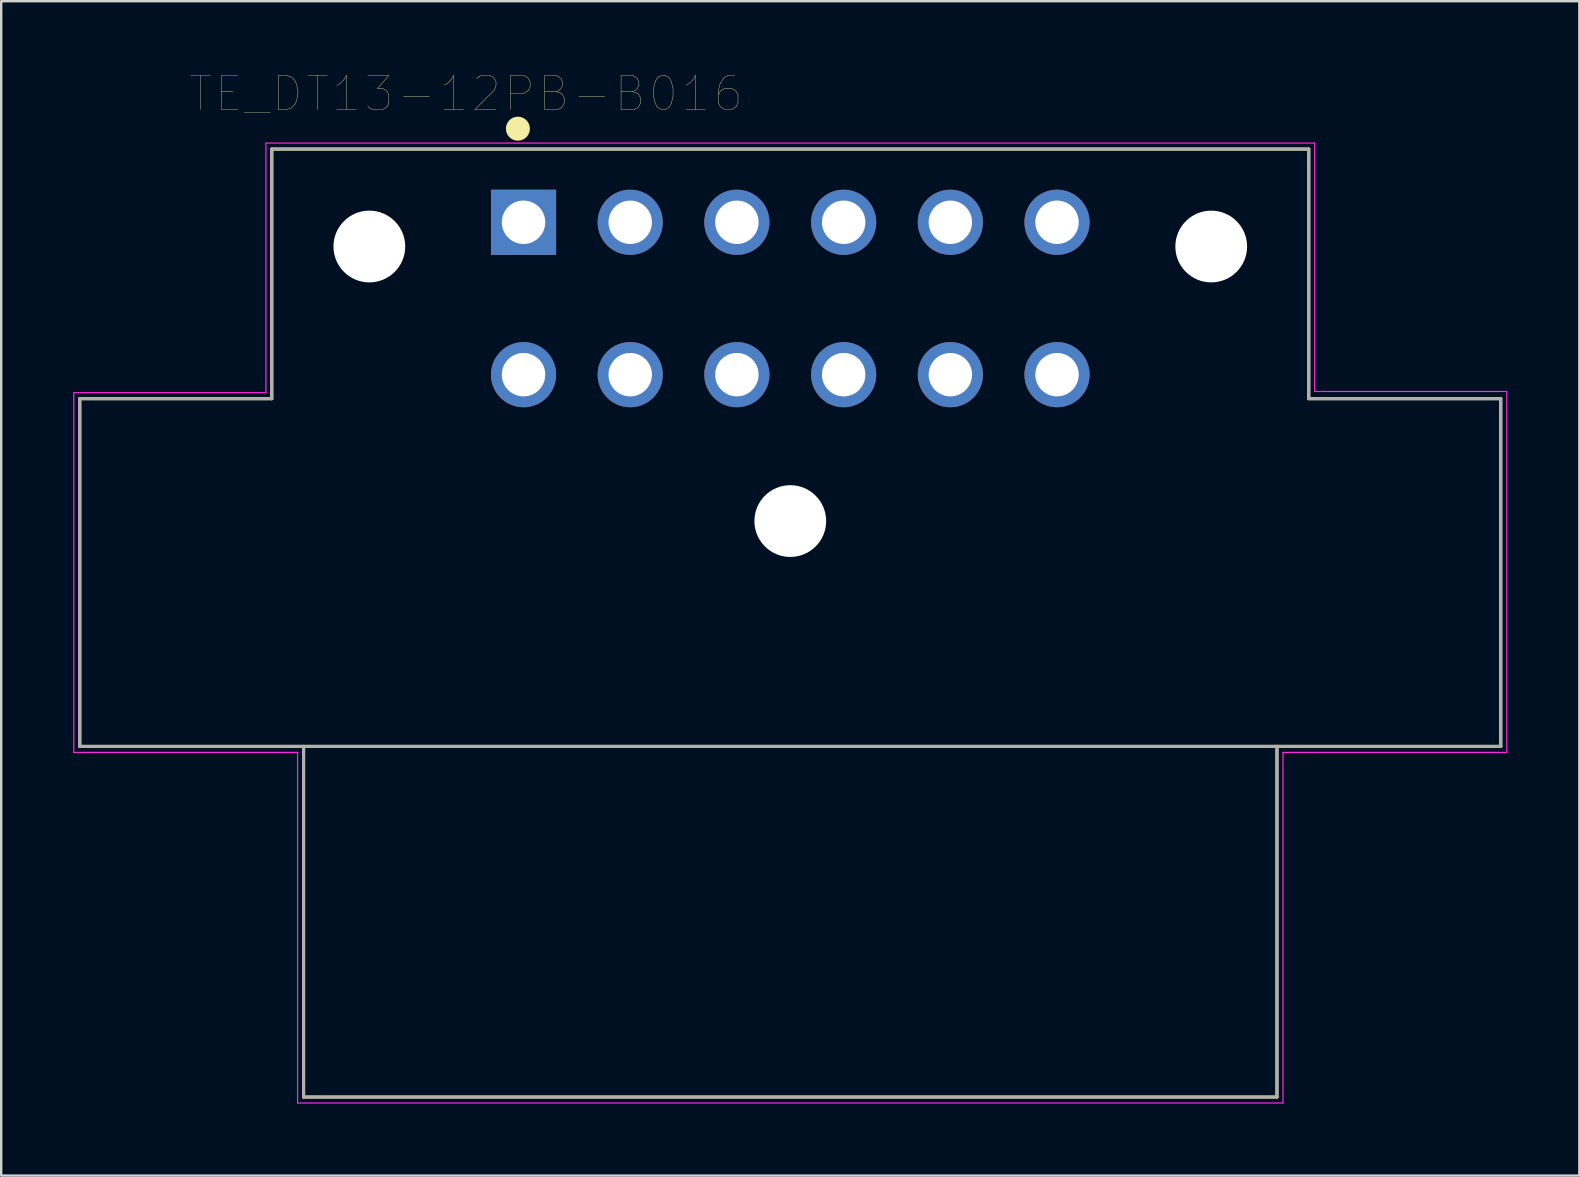
<source format=kicad_pcb>
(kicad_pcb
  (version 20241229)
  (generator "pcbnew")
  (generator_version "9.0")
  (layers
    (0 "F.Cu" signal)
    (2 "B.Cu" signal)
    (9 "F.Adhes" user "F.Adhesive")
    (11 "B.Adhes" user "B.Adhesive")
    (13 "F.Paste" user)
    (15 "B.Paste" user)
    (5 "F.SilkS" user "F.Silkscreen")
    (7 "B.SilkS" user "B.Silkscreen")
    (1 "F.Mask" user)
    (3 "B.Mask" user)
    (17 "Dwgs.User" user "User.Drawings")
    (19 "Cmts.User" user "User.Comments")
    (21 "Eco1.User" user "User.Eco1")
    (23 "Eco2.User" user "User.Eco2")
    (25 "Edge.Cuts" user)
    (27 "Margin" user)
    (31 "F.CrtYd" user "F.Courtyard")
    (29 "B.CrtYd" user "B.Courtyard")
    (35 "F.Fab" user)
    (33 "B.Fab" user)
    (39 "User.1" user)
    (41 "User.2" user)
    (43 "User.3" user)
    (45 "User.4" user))
  (footprint "TE_DT13-12PB-B016"
    (layer "F.Cu")
    (at 29.88 12.562)
    (property "Reference" "TE_DT13-12PB-B016" (at -13.513 -11.705 0) (layer "F.SilkS") (effects (font (size 1.421 1.421) (thickness 0.015))))
    (attr through_hole)
    (fp_line (start -29.605 1) (end -21.605 1) (stroke (width 0.127) (type solid)) (layer "F.SilkS"))
    (fp_line (start -29.605 15.49) (end -29.605 1) (stroke (width 0.127) (type solid)) (layer "F.SilkS"))
    (fp_line (start -21.605 -9.4) (end 21.605 -9.4) (stroke (width 0.127) (type solid)) (layer "F.SilkS"))
    (fp_line (start -21.605 1) (end -21.605 -9.4) (stroke (width 0.127) (type solid)) (layer "F.SilkS"))
    (fp_line (start -20.28 15.49) (end -29.605 15.49) (stroke (width 0.127) (type solid)) (layer "F.SilkS"))
    (fp_line (start -20.28 15.49) (end -20.28 30.1) (stroke (width 0.127) (type solid)) (layer "F.SilkS"))
    (fp_line (start -20.28 30.1) (end 20.28 30.1) (stroke (width 0.127) (type solid)) (layer "F.SilkS"))
    (fp_line (start 20.28 15.49) (end -20.28 15.49) (stroke (width 0.127) (type solid)) (layer "F.SilkS"))
    (fp_line (start 20.28 30.1) (end 20.28 15.49) (stroke (width 0.127) (type solid)) (layer "F.SilkS"))
    (fp_line (start 21.605 -9.4) (end 21.605 1) (stroke (width 0.127) (type solid)) (layer "F.SilkS"))
    (fp_line (start 21.605 1) (end 29.605 1) (stroke (width 0.127) (type solid)) (layer "F.SilkS"))
    (fp_line (start 29.605 1) (end 29.605 15.49) (stroke (width 0.127) (type solid)) (layer "F.SilkS"))
    (fp_line (start 29.605 15.49) (end 20.28 15.49) (stroke (width 0.127) (type solid)) (layer "F.SilkS"))
    (fp_circle (center -11.35 -10.25) (end -11.1 -10.25) (stroke (width 0.5) (type solid)) (fill no) (layer "F.SilkS"))
    (fp_line (start -29.855 0.75) (end -29.855 15.74) (stroke (width 0.05) (type solid)) (layer "F.CrtYd"))
    (fp_line (start -29.855 15.74) (end -20.53 15.74) (stroke (width 0.05) (type solid)) (layer "F.CrtYd"))
    (fp_line (start -21.85 -9.65) (end -21.85 0.75) (stroke (width 0.05) (type solid)) (layer "F.CrtYd"))
    (fp_line (start -21.85 0.75) (end -29.855 0.75) (stroke (width 0.05) (type solid)) (layer "F.CrtYd"))
    (fp_line (start -20.53 15.74) (end -20.53 30.35) (stroke (width 0.05) (type solid)) (layer "F.CrtYd"))
    (fp_line (start -20.53 30.35) (end 20.53 30.35) (stroke (width 0.05) (type solid)) (layer "F.CrtYd"))
    (fp_line (start 20.53 15.74) (end 29.855 15.74) (stroke (width 0.05) (type solid)) (layer "F.CrtYd"))
    (fp_line (start 20.53 30.35) (end 20.53 15.74) (stroke (width 0.05) (type solid)) (layer "F.CrtYd"))
    (fp_line (start 21.85 -9.65) (end -21.85 -9.65) (stroke (width 0.05) (type solid)) (layer "F.CrtYd"))
    (fp_line (start 21.85 0.7) (end 21.85 -9.65) (stroke (width 0.05) (type solid)) (layer "F.CrtYd"))
    (fp_line (start 29.855 0.7) (end 21.85 0.7) (stroke (width 0.05) (type solid)) (layer "F.CrtYd"))
    (fp_line (start 29.855 15.74) (end 29.855 0.7) (stroke (width 0.05) (type solid)) (layer "F.CrtYd"))
    (fp_line (start -29.605 1) (end -21.605 1) (stroke (width 0.127) (type solid)) (layer "F.Fab"))
    (fp_line (start -29.605 15.49) (end -29.605 1) (stroke (width 0.127) (type solid)) (layer "F.Fab"))
    (fp_line (start -21.605 -9.4) (end 21.605 -9.4) (stroke (width 0.127) (type solid)) (layer "F.Fab"))
    (fp_line (start -21.605 1) (end -21.605 -9.4) (stroke (width 0.127) (type solid)) (layer "F.Fab"))
    (fp_line (start -20.28 15.49) (end -29.605 15.49) (stroke (width 0.127) (type solid)) (layer "F.Fab"))
    (fp_line (start -20.28 15.49) (end -20.28 30.1) (stroke (width 0.127) (type solid)) (layer "F.Fab"))
    (fp_line (start -20.28 30.1) (end 20.28 30.1) (stroke (width 0.127) (type solid)) (layer "F.Fab"))
    (fp_line (start 20.28 15.49) (end -20.28 15.49) (stroke (width 0.127) (type solid)) (layer "F.Fab"))
    (fp_line (start 20.28 30.1) (end 20.28 15.49) (stroke (width 0.127) (type solid)) (layer "F.Fab"))
    (fp_line (start 21.605 -9.4) (end 21.605 1) (stroke (width 0.127) (type solid)) (layer "F.Fab"))
    (fp_line (start 21.605 1) (end 29.605 1) (stroke (width 0.127) (type solid)) (layer "F.Fab"))
    (fp_line (start 29.605 1) (end 29.605 15.49) (stroke (width 0.127) (type solid)) (layer "F.Fab"))
    (fp_line (start 29.605 15.49) (end 20.28 15.49) (stroke (width 0.127) (type solid)) (layer "F.Fab"))
    (pad "" np_thru_hole circle (at -17.54 -5.34) (size 2.99 2.99) (drill 2.99) (layers "*.Cu" "*.Mask"))
    (pad "" np_thru_hole circle (at 0 6.1) (size 2.99 2.99) (drill 2.99) (layers "*.Cu" "*.Mask"))
    (pad "" np_thru_hole circle (at 17.54 -5.34) (size 2.99 2.99) (drill 2.99) (layers "*.Cu" "*.Mask"))
    (pad "1" thru_hole rect (at -11.115 -6.35) (size 2.715 2.715) (drill 1.81) (layers "*.Cu" "*.Mask"))
    (pad "2" thru_hole circle (at -6.67 -6.35) (size 2.715 2.715) (drill 1.81) (layers "*.Cu" "*.Mask"))
    (pad "3" thru_hole circle (at -2.225 -6.35) (size 2.715 2.715) (drill 1.81) (layers "*.Cu" "*.Mask"))
    (pad "4" thru_hole circle (at 2.225 -6.35) (size 2.715 2.715) (drill 1.81) (layers "*.Cu" "*.Mask"))
    (pad "5" thru_hole circle (at 6.67 -6.35) (size 2.715 2.715) (drill 1.81) (layers "*.Cu" "*.Mask"))
    (pad "6" thru_hole circle (at 11.115 -6.35) (size 2.715 2.715) (drill 1.81) (layers "*.Cu" "*.Mask"))
    (pad "7" thru_hole circle (at 11.115 0) (size 2.715 2.715) (drill 1.81) (layers "*.Cu" "*.Mask"))
    (pad "8" thru_hole circle (at 6.67 0) (size 2.715 2.715) (drill 1.81) (layers "*.Cu" "*.Mask"))
    (pad "9" thru_hole circle (at 2.225 0) (size 2.715 2.715) (drill 1.81) (layers "*.Cu" "*.Mask"))
    (pad "10" thru_hole circle (at -2.225 0) (size 2.715 2.715) (drill 1.81) (layers "*.Cu" "*.Mask"))
    (pad "11" thru_hole circle (at -6.67 0) (size 2.715 2.715) (drill 1.81) (layers "*.Cu" "*.Mask"))
    (pad "12" thru_hole circle (at -11.115 0) (size 2.715 2.715) (drill 1.81) (layers "*.Cu" "*.Mask")))
  (gr_rect
    (start -3 -3)
    (end 62.76 45.937)
    (stroke (width 0.1) (type default))
    (fill no)
    (layer "Edge.Cuts")))
</source>
